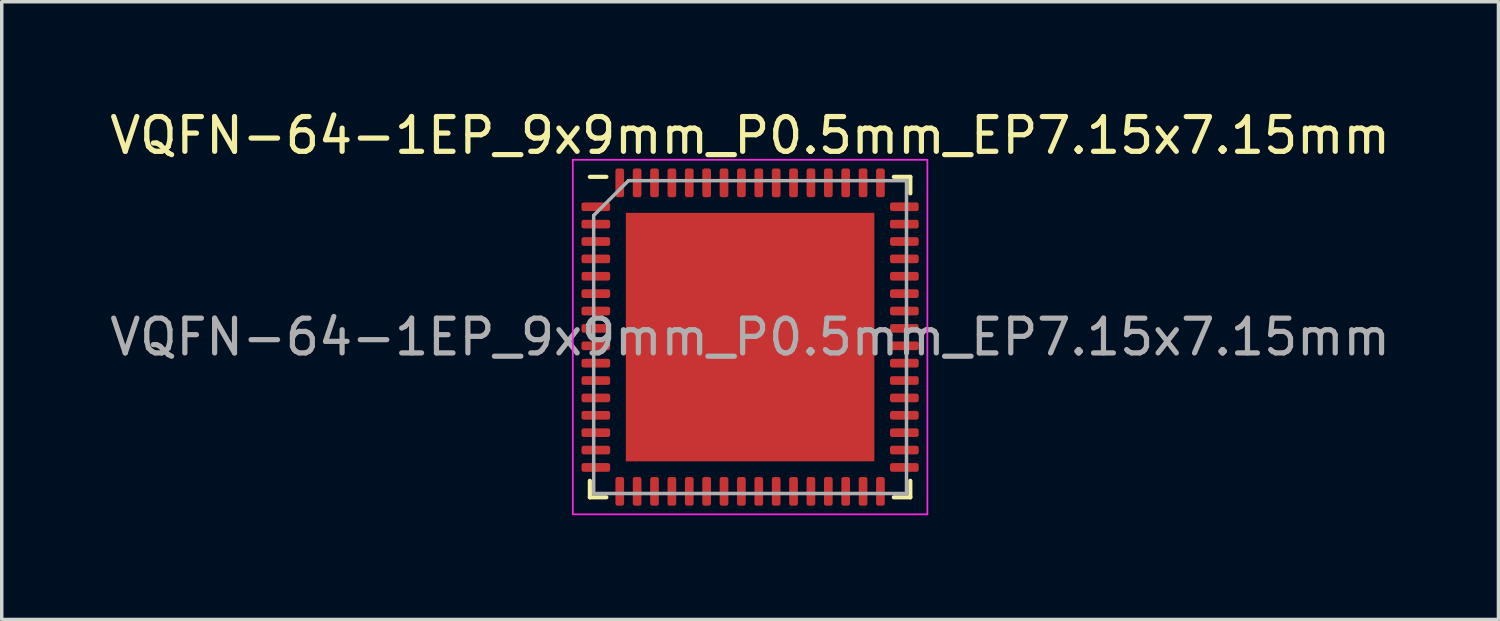
<source format=kicad_pcb>
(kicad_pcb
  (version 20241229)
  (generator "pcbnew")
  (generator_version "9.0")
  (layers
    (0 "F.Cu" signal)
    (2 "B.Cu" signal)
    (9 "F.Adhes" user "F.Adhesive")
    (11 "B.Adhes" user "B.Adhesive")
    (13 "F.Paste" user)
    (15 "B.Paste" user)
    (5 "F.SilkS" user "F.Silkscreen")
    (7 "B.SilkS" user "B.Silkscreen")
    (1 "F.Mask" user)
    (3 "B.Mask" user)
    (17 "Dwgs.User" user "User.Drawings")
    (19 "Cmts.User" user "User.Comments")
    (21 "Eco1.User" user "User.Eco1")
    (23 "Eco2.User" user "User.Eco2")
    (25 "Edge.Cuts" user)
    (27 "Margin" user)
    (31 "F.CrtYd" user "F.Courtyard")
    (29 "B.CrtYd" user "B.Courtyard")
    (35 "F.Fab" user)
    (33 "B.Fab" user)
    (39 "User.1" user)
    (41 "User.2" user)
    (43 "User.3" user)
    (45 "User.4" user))
  (footprint "VQFN-64-1EP_9x9mm_P0.5mm_EP7.15x7.15mm"
    (layer "F.Cu")
    (at 18.53 6.648)
    (property "Reference" "VQFN-64-1EP_9x9mm_P0.5mm_EP7.15x7.15mm" (at 0 -5.8 0) (layer "F.SilkS") (effects (font (size 1 1) (thickness 0.15))))
    (attr smd)
    (fp_line (start -4.61 4.61) (end -4.61 4.135) (stroke (width 0.12) (type solid)) (layer "F.SilkS"))
    (fp_line (start -4.135 -4.61) (end -4.61 -4.61) (stroke (width 0.12) (type solid)) (layer "F.SilkS"))
    (fp_line (start -4.135 4.61) (end -4.61 4.61) (stroke (width 0.12) (type solid)) (layer "F.SilkS"))
    (fp_line (start 4.135 -4.61) (end 4.61 -4.61) (stroke (width 0.12) (type solid)) (layer "F.SilkS"))
    (fp_line (start 4.135 4.61) (end 4.61 4.61) (stroke (width 0.12) (type solid)) (layer "F.SilkS"))
    (fp_line (start 4.61 -4.61) (end 4.61 -4.135) (stroke (width 0.12) (type solid)) (layer "F.SilkS"))
    (fp_line (start 4.61 4.61) (end 4.61 4.135) (stroke (width 0.12) (type solid)) (layer "F.SilkS"))
    (fp_line (start -5.1 -5.1) (end -5.1 5.1) (stroke (width 0.05) (type solid)) (layer "F.CrtYd"))
    (fp_line (start -5.1 5.1) (end 5.1 5.1) (stroke (width 0.05) (type solid)) (layer "F.CrtYd"))
    (fp_line (start 5.1 -5.1) (end -5.1 -5.1) (stroke (width 0.05) (type solid)) (layer "F.CrtYd"))
    (fp_line (start 5.1 5.1) (end 5.1 -5.1) (stroke (width 0.05) (type solid)) (layer "F.CrtYd"))
    (fp_line (start -4.5 -3.5) (end -3.5 -4.5) (stroke (width 0.1) (type solid)) (layer "F.Fab"))
    (fp_line (start -4.5 4.5) (end -4.5 -3.5) (stroke (width 0.1) (type solid)) (layer "F.Fab"))
    (fp_line (start -3.5 -4.5) (end 4.5 -4.5) (stroke (width 0.1) (type solid)) (layer "F.Fab"))
    (fp_line (start 4.5 -4.5) (end 4.5 4.5) (stroke (width 0.1) (type solid)) (layer "F.Fab"))
    (fp_line (start 4.5 4.5) (end -4.5 4.5) (stroke (width 0.1) (type solid)) (layer "F.Fab"))
    (fp_text user "${REFERENCE}" (at 0 0 0) (layer "F.Fab") (effects (font (size 1 1) (thickness 0.15))))
    (pad "" smd roundrect (at -2.38 -2.38) (size 1.92 1.92) (layers "F.Paste") (roundrect_rratio 0.13))
    (pad "" smd roundrect (at -2.38 0) (size 1.92 1.92) (layers "F.Paste") (roundrect_rratio 0.13))
    (pad "" smd roundrect (at -2.38 2.38) (size 1.92 1.92) (layers "F.Paste") (roundrect_rratio 0.13))
    (pad "" smd roundrect (at 0 -2.38) (size 1.92 1.92) (layers "F.Paste") (roundrect_rratio 0.13))
    (pad "" smd roundrect (at 0 0) (size 1.92 1.92) (layers "F.Paste") (roundrect_rratio 0.13))
    (pad "" smd roundrect (at 0 2.38) (size 1.92 1.92) (layers "F.Paste") (roundrect_rratio 0.13))
    (pad "" smd roundrect (at 2.38 -2.38) (size 1.92 1.92) (layers "F.Paste") (roundrect_rratio 0.13))
    (pad "" smd roundrect (at 2.38 0) (size 1.92 1.92) (layers "F.Paste") (roundrect_rratio 0.13))
    (pad "" smd roundrect (at 2.38 2.38) (size 1.92 1.92) (layers "F.Paste") (roundrect_rratio 0.13))
    (pad "1" smd roundrect (at -4.438 -3.75) (size 0.825 0.25) (layers "F.Cu" "F.Mask" "F.Paste") (roundrect_rratio 0.25))
    (pad "2" smd roundrect (at -4.438 -3.25) (size 0.825 0.25) (layers "F.Cu" "F.Mask" "F.Paste") (roundrect_rratio 0.25))
    (pad "3" smd roundrect (at -4.438 -2.75) (size 0.825 0.25) (layers "F.Cu" "F.Mask" "F.Paste") (roundrect_rratio 0.25))
    (pad "4" smd roundrect (at -4.438 -2.25) (size 0.825 0.25) (layers "F.Cu" "F.Mask" "F.Paste") (roundrect_rratio 0.25))
    (pad "5" smd roundrect (at -4.438 -1.75) (size 0.825 0.25) (layers "F.Cu" "F.Mask" "F.Paste") (roundrect_rratio 0.25))
    (pad "6" smd roundrect (at -4.438 -1.25) (size 0.825 0.25) (layers "F.Cu" "F.Mask" "F.Paste") (roundrect_rratio 0.25))
    (pad "7" smd roundrect (at -4.438 -0.75) (size 0.825 0.25) (layers "F.Cu" "F.Mask" "F.Paste") (roundrect_rratio 0.25))
    (pad "8" smd roundrect (at -4.438 -0.25) (size 0.825 0.25) (layers "F.Cu" "F.Mask" "F.Paste") (roundrect_rratio 0.25))
    (pad "9" smd roundrect (at -4.438 0.25) (size 0.825 0.25) (layers "F.Cu" "F.Mask" "F.Paste") (roundrect_rratio 0.25))
    (pad "10" smd roundrect (at -4.438 0.75) (size 0.825 0.25) (layers "F.Cu" "F.Mask" "F.Paste") (roundrect_rratio 0.25))
    (pad "11" smd roundrect (at -4.438 1.25) (size 0.825 0.25) (layers "F.Cu" "F.Mask" "F.Paste") (roundrect_rratio 0.25))
    (pad "12" smd roundrect (at -4.438 1.75) (size 0.825 0.25) (layers "F.Cu" "F.Mask" "F.Paste") (roundrect_rratio 0.25))
    (pad "13" smd roundrect (at -4.438 2.25) (size 0.825 0.25) (layers "F.Cu" "F.Mask" "F.Paste") (roundrect_rratio 0.25))
    (pad "14" smd roundrect (at -4.438 2.75) (size 0.825 0.25) (layers "F.Cu" "F.Mask" "F.Paste") (roundrect_rratio 0.25))
    (pad "15" smd roundrect (at -4.438 3.25) (size 0.825 0.25) (layers "F.Cu" "F.Mask" "F.Paste") (roundrect_rratio 0.25))
    (pad "16" smd roundrect (at -4.438 3.75) (size 0.825 0.25) (layers "F.Cu" "F.Mask" "F.Paste") (roundrect_rratio 0.25))
    (pad "17" smd roundrect (at -3.75 4.438) (size 0.25 0.825) (layers "F.Cu" "F.Mask" "F.Paste") (roundrect_rratio 0.25))
    (pad "18" smd roundrect (at -3.25 4.438) (size 0.25 0.825) (layers "F.Cu" "F.Mask" "F.Paste") (roundrect_rratio 0.25))
    (pad "19" smd roundrect (at -2.75 4.438) (size 0.25 0.825) (layers "F.Cu" "F.Mask" "F.Paste") (roundrect_rratio 0.25))
    (pad "20" smd roundrect (at -2.25 4.438) (size 0.25 0.825) (layers "F.Cu" "F.Mask" "F.Paste") (roundrect_rratio 0.25))
    (pad "21" smd roundrect (at -1.75 4.438) (size 0.25 0.825) (layers "F.Cu" "F.Mask" "F.Paste") (roundrect_rratio 0.25))
    (pad "22" smd roundrect (at -1.25 4.438) (size 0.25 0.825) (layers "F.Cu" "F.Mask" "F.Paste") (roundrect_rratio 0.25))
    (pad "23" smd roundrect (at -0.75 4.438) (size 0.25 0.825) (layers "F.Cu" "F.Mask" "F.Paste") (roundrect_rratio 0.25))
    (pad "24" smd roundrect (at -0.25 4.438) (size 0.25 0.825) (layers "F.Cu" "F.Mask" "F.Paste") (roundrect_rratio 0.25))
    (pad "25" smd roundrect (at 0.25 4.438) (size 0.25 0.825) (layers "F.Cu" "F.Mask" "F.Paste") (roundrect_rratio 0.25))
    (pad "26" smd roundrect (at 0.75 4.438) (size 0.25 0.825) (layers "F.Cu" "F.Mask" "F.Paste") (roundrect_rratio 0.25))
    (pad "27" smd roundrect (at 1.25 4.438) (size 0.25 0.825) (layers "F.Cu" "F.Mask" "F.Paste") (roundrect_rratio 0.25))
    (pad "28" smd roundrect (at 1.75 4.438) (size 0.25 0.825) (layers "F.Cu" "F.Mask" "F.Paste") (roundrect_rratio 0.25))
    (pad "29" smd roundrect (at 2.25 4.438) (size 0.25 0.825) (layers "F.Cu" "F.Mask" "F.Paste") (roundrect_rratio 0.25))
    (pad "30" smd roundrect (at 2.75 4.438) (size 0.25 0.825) (layers "F.Cu" "F.Mask" "F.Paste") (roundrect_rratio 0.25))
    (pad "31" smd roundrect (at 3.25 4.438) (size 0.25 0.825) (layers "F.Cu" "F.Mask" "F.Paste") (roundrect_rratio 0.25))
    (pad "32" smd roundrect (at 3.75 4.438) (size 0.25 0.825) (layers "F.Cu" "F.Mask" "F.Paste") (roundrect_rratio 0.25))
    (pad "33" smd roundrect (at 4.438 3.75) (size 0.825 0.25) (layers "F.Cu" "F.Mask" "F.Paste") (roundrect_rratio 0.25))
    (pad "34" smd roundrect (at 4.438 3.25) (size 0.825 0.25) (layers "F.Cu" "F.Mask" "F.Paste") (roundrect_rratio 0.25))
    (pad "35" smd roundrect (at 4.438 2.75) (size 0.825 0.25) (layers "F.Cu" "F.Mask" "F.Paste") (roundrect_rratio 0.25))
    (pad "36" smd roundrect (at 4.438 2.25) (size 0.825 0.25) (layers "F.Cu" "F.Mask" "F.Paste") (roundrect_rratio 0.25))
    (pad "37" smd roundrect (at 4.438 1.75) (size 0.825 0.25) (layers "F.Cu" "F.Mask" "F.Paste") (roundrect_rratio 0.25))
    (pad "38" smd roundrect (at 4.438 1.25) (size 0.825 0.25) (layers "F.Cu" "F.Mask" "F.Paste") (roundrect_rratio 0.25))
    (pad "39" smd roundrect (at 4.438 0.75) (size 0.825 0.25) (layers "F.Cu" "F.Mask" "F.Paste") (roundrect_rratio 0.25))
    (pad "40" smd roundrect (at 4.438 0.25) (size 0.825 0.25) (layers "F.Cu" "F.Mask" "F.Paste") (roundrect_rratio 0.25))
    (pad "41" smd roundrect (at 4.438 -0.25) (size 0.825 0.25) (layers "F.Cu" "F.Mask" "F.Paste") (roundrect_rratio 0.25))
    (pad "42" smd roundrect (at 4.438 -0.75) (size 0.825 0.25) (layers "F.Cu" "F.Mask" "F.Paste") (roundrect_rratio 0.25))
    (pad "43" smd roundrect (at 4.438 -1.25) (size 0.825 0.25) (layers "F.Cu" "F.Mask" "F.Paste") (roundrect_rratio 0.25))
    (pad "44" smd roundrect (at 4.438 -1.75) (size 0.825 0.25) (layers "F.Cu" "F.Mask" "F.Paste") (roundrect_rratio 0.25))
    (pad "45" smd roundrect (at 4.438 -2.25) (size 0.825 0.25) (layers "F.Cu" "F.Mask" "F.Paste") (roundrect_rratio 0.25))
    (pad "46" smd roundrect (at 4.438 -2.75) (size 0.825 0.25) (layers "F.Cu" "F.Mask" "F.Paste") (roundrect_rratio 0.25))
    (pad "47" smd roundrect (at 4.438 -3.25) (size 0.825 0.25) (layers "F.Cu" "F.Mask" "F.Paste") (roundrect_rratio 0.25))
    (pad "48" smd roundrect (at 4.438 -3.75) (size 0.825 0.25) (layers "F.Cu" "F.Mask" "F.Paste") (roundrect_rratio 0.25))
    (pad "49" smd roundrect (at 3.75 -4.438) (size 0.25 0.825) (layers "F.Cu" "F.Mask" "F.Paste") (roundrect_rratio 0.25))
    (pad "50" smd roundrect (at 3.25 -4.438) (size 0.25 0.825) (layers "F.Cu" "F.Mask" "F.Paste") (roundrect_rratio 0.25))
    (pad "51" smd roundrect (at 2.75 -4.438) (size 0.25 0.825) (layers "F.Cu" "F.Mask" "F.Paste") (roundrect_rratio 0.25))
    (pad "52" smd roundrect (at 2.25 -4.438) (size 0.25 0.825) (layers "F.Cu" "F.Mask" "F.Paste") (roundrect_rratio 0.25))
    (pad "53" smd roundrect (at 1.75 -4.438) (size 0.25 0.825) (layers "F.Cu" "F.Mask" "F.Paste") (roundrect_rratio 0.25))
    (pad "54" smd roundrect (at 1.25 -4.438) (size 0.25 0.825) (layers "F.Cu" "F.Mask" "F.Paste") (roundrect_rratio 0.25))
    (pad "55" smd roundrect (at 0.75 -4.438) (size 0.25 0.825) (layers "F.Cu" "F.Mask" "F.Paste") (roundrect_rratio 0.25))
    (pad "56" smd roundrect (at 0.25 -4.438) (size 0.25 0.825) (layers "F.Cu" "F.Mask" "F.Paste") (roundrect_rratio 0.25))
    (pad "57" smd roundrect (at -0.25 -4.438) (size 0.25 0.825) (layers "F.Cu" "F.Mask" "F.Paste") (roundrect_rratio 0.25))
    (pad "58" smd roundrect (at -0.75 -4.438) (size 0.25 0.825) (layers "F.Cu" "F.Mask" "F.Paste") (roundrect_rratio 0.25))
    (pad "59" smd roundrect (at -1.25 -4.438) (size 0.25 0.825) (layers "F.Cu" "F.Mask" "F.Paste") (roundrect_rratio 0.25))
    (pad "60" smd roundrect (at -1.75 -4.438) (size 0.25 0.825) (layers "F.Cu" "F.Mask" "F.Paste") (roundrect_rratio 0.25))
    (pad "61" smd roundrect (at -2.25 -4.438) (size 0.25 0.825) (layers "F.Cu" "F.Mask" "F.Paste") (roundrect_rratio 0.25))
    (pad "62" smd roundrect (at -2.75 -4.438) (size 0.25 0.825) (layers "F.Cu" "F.Mask" "F.Paste") (roundrect_rratio 0.25))
    (pad "63" smd roundrect (at -3.25 -4.438) (size 0.25 0.825) (layers "F.Cu" "F.Mask" "F.Paste") (roundrect_rratio 0.25))
    (pad "64" smd roundrect (at -3.75 -4.438) (size 0.25 0.825) (layers "F.Cu" "F.Mask" "F.Paste") (roundrect_rratio 0.25))
    (pad "65" smd rect (at 0 0) (size 7.15 7.15) (layers "F.Cu" "F.Mask")))
  (gr_rect
    (start -3 -3)
    (end 40.06 14.773)
    (stroke (width 0.1) (type default))
    (fill no)
    (layer "Edge.Cuts")))
</source>
